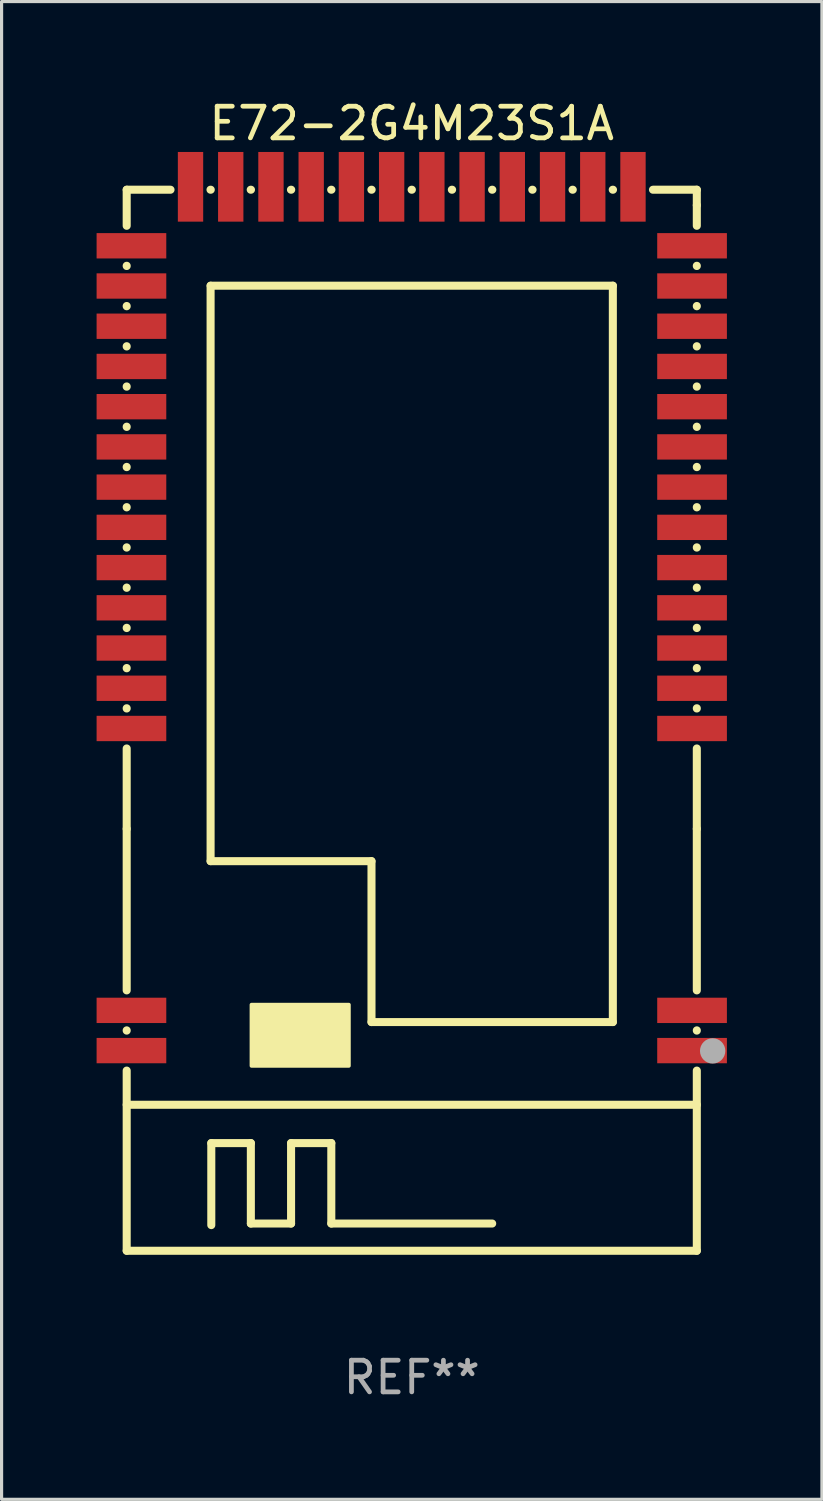
<source format=kicad_pcb>
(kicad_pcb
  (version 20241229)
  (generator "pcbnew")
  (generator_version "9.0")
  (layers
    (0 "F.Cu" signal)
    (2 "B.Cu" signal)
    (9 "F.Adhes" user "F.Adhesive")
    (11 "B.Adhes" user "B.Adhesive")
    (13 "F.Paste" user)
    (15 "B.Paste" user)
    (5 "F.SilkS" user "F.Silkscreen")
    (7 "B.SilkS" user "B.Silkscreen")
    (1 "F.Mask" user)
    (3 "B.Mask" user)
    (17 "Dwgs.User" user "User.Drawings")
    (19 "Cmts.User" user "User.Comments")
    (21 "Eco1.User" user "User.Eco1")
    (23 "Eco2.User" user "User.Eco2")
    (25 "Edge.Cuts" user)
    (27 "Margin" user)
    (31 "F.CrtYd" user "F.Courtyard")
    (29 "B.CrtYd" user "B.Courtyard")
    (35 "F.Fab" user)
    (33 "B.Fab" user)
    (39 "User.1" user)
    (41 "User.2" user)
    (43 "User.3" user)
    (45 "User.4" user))
  (footprint "E72-2G4M23S1A"
    (layer "F.Cu")
    (at 9.95 19.644)
    (property "Reference" "E72-2G4M23S1A" (at 0 -18.796 0) (layer "F.SilkS") (effects (font (size 1 1) (thickness 0.15))))
    (attr through_hole)
    (fp_line (start -9 -16.704) (end -9 -15.565) (stroke (width 0.254) (type solid)) (layer "F.SilkS"))
    (fp_line (start -9 -16.704) (end -7.616 -16.704) (stroke (width 0.254) (type solid)) (layer "F.SilkS"))
    (fp_line (start -9 -14.303) (end -9 -14.295) (stroke (width 0.254) (type solid)) (layer "F.SilkS"))
    (fp_line (start -9 -13.033) (end -9 -13.025) (stroke (width 0.254) (type solid)) (layer "F.SilkS"))
    (fp_line (start -9 -11.763) (end -9 -11.755) (stroke (width 0.254) (type solid)) (layer "F.SilkS"))
    (fp_line (start -9 -10.493) (end -9 -10.485) (stroke (width 0.254) (type solid)) (layer "F.SilkS"))
    (fp_line (start -9 -9.223) (end -9 -9.215) (stroke (width 0.254) (type solid)) (layer "F.SilkS"))
    (fp_line (start -9 -7.953) (end -9 -7.945) (stroke (width 0.254) (type solid)) (layer "F.SilkS"))
    (fp_line (start -9 -6.683) (end -9 -6.675) (stroke (width 0.254) (type solid)) (layer "F.SilkS"))
    (fp_line (start -9 -5.413) (end -9 -5.405) (stroke (width 0.254) (type solid)) (layer "F.SilkS"))
    (fp_line (start -9 -4.143) (end -9 -4.135) (stroke (width 0.254) (type solid)) (layer "F.SilkS"))
    (fp_line (start -9 -2.873) (end -9 -2.865) (stroke (width 0.254) (type solid)) (layer "F.SilkS"))
    (fp_line (start -9 -1.603) (end -9 -1.595) (stroke (width 0.254) (type solid)) (layer "F.SilkS"))
    (fp_line (start -9 -0.333) (end -9 -0.325) (stroke (width 0.254) (type solid)) (layer "F.SilkS"))
    (fp_line (start -9 0.937) (end -9 3.475) (stroke (width 0.254) (type solid)) (layer "F.SilkS"))
    (fp_line (start -9 8.575) (end -9 3.475) (stroke (width 0.254) (type solid)) (layer "F.SilkS"))
    (fp_line (start -9 9.845) (end -9 9.837) (stroke (width 0.254) (type solid)) (layer "F.SilkS"))
    (fp_line (start -9 12.186) (end 9 12.186) (stroke (width 0.254) (type solid)) (layer "F.SilkS"))
    (fp_line (start -9 16.796) (end -9 11.107) (stroke (width 0.254) (type solid)) (layer "F.SilkS"))
    (fp_line (start -6.354 -16.704) (end -6.346 -16.704) (stroke (width 0.254) (type solid)) (layer "F.SilkS"))
    (fp_line (start -6.351 4.495) (end -6.351 -13.673) (stroke (width 0.254) (type solid)) (layer "F.SilkS"))
    (fp_line (start -6.35 -13.674) (end 6.35 -13.674) (stroke (width 0.254) (type solid)) (layer "F.SilkS"))
    (fp_line (start -6.329 13.396) (end -5.08 13.396) (stroke (width 0.254) (type solid)) (layer "F.SilkS"))
    (fp_line (start -6.329 15.986) (end -6.329 13.396) (stroke (width 0.254) (type solid)) (layer "F.SilkS"))
    (fp_line (start -5.084 -16.704) (end -5.076 -16.704) (stroke (width 0.254) (type solid)) (layer "F.SilkS"))
    (fp_line (start -5.08 13.396) (end -5.08 15.936) (stroke (width 0.254) (type solid)) (layer "F.SilkS"))
    (fp_line (start -5.08 15.936) (end -3.81 15.936) (stroke (width 0.254) (type solid)) (layer "F.SilkS"))
    (fp_line (start -3.814 -16.704) (end -3.806 -16.704) (stroke (width 0.254) (type solid)) (layer "F.SilkS"))
    (fp_line (start -3.81 13.396) (end -2.54 13.396) (stroke (width 0.254) (type solid)) (layer "F.SilkS"))
    (fp_line (start -3.81 15.936) (end -3.81 13.396) (stroke (width 0.254) (type solid)) (layer "F.SilkS"))
    (fp_line (start -2.544 -16.704) (end -2.536 -16.704) (stroke (width 0.254) (type solid)) (layer "F.SilkS"))
    (fp_line (start -2.54 13.396) (end -2.54 15.936) (stroke (width 0.254) (type solid)) (layer "F.SilkS"))
    (fp_line (start -2.54 15.936) (end 2.54 15.936) (stroke (width 0.254) (type solid)) (layer "F.SilkS"))
    (fp_line (start -1.274 -16.704) (end -1.266 -16.704) (stroke (width 0.254) (type solid)) (layer "F.SilkS"))
    (fp_line (start -1.271 4.495) (end -6.351 4.495) (stroke (width 0.254) (type solid)) (layer "F.SilkS"))
    (fp_line (start -1.271 9.575) (end -1.271 4.495) (stroke (width 0.254) (type solid)) (layer "F.SilkS"))
    (fp_line (start -0.004 -16.704) (end 0.004 -16.704) (stroke (width 0.254) (type solid)) (layer "F.SilkS"))
    (fp_line (start 1.266 -16.704) (end 1.274 -16.704) (stroke (width 0.254) (type solid)) (layer "F.SilkS"))
    (fp_line (start 2.536 -16.704) (end 2.544 -16.704) (stroke (width 0.254) (type solid)) (layer "F.SilkS"))
    (fp_line (start 3.806 -16.704) (end 3.814 -16.704) (stroke (width 0.254) (type solid)) (layer "F.SilkS"))
    (fp_line (start 5.076 -16.704) (end 5.084 -16.704) (stroke (width 0.254) (type solid)) (layer "F.SilkS"))
    (fp_line (start 6.346 -16.704) (end 6.354 -16.704) (stroke (width 0.254) (type solid)) (layer "F.SilkS"))
    (fp_line (start 6.349 -13.673) (end 6.349 9.575) (stroke (width 0.254) (type solid)) (layer "F.SilkS"))
    (fp_line (start 6.349 9.575) (end -1.271 9.575) (stroke (width 0.254) (type solid)) (layer "F.SilkS"))
    (fp_line (start 7.616 -16.704) (end 9 -16.704) (stroke (width 0.254) (type solid)) (layer "F.SilkS"))
    (fp_line (start 9 -16.214) (end 9 -16.704) (stroke (width 0.254) (type solid)) (layer "F.SilkS"))
    (fp_line (start 9 -15.565) (end 9 -16.214) (stroke (width 0.254) (type solid)) (layer "F.SilkS"))
    (fp_line (start 9 -14.295) (end 9 -14.303) (stroke (width 0.254) (type solid)) (layer "F.SilkS"))
    (fp_line (start 9 -13.025) (end 9 -13.033) (stroke (width 0.254) (type solid)) (layer "F.SilkS"))
    (fp_line (start 9 -11.755) (end 9 -11.763) (stroke (width 0.254) (type solid)) (layer "F.SilkS"))
    (fp_line (start 9 -10.485) (end 9 -10.493) (stroke (width 0.254) (type solid)) (layer "F.SilkS"))
    (fp_line (start 9 -9.215) (end 9 -9.223) (stroke (width 0.254) (type solid)) (layer "F.SilkS"))
    (fp_line (start 9 -7.945) (end 9 -7.953) (stroke (width 0.254) (type solid)) (layer "F.SilkS"))
    (fp_line (start 9 -6.675) (end 9 -6.683) (stroke (width 0.254) (type solid)) (layer "F.SilkS"))
    (fp_line (start 9 -5.405) (end 9 -5.413) (stroke (width 0.254) (type solid)) (layer "F.SilkS"))
    (fp_line (start 9 -4.135) (end 9 -4.143) (stroke (width 0.254) (type solid)) (layer "F.SilkS"))
    (fp_line (start 9 -2.865) (end 9 -2.873) (stroke (width 0.254) (type solid)) (layer "F.SilkS"))
    (fp_line (start 9 -1.595) (end 9 -1.603) (stroke (width 0.254) (type solid)) (layer "F.SilkS"))
    (fp_line (start 9 -0.325) (end 9 -0.333) (stroke (width 0.254) (type solid)) (layer "F.SilkS"))
    (fp_line (start 9 3.475) (end 9 0.937) (stroke (width 0.254) (type solid)) (layer "F.SilkS"))
    (fp_line (start 9 3.475) (end 9 8.575) (stroke (width 0.254) (type solid)) (layer "F.SilkS"))
    (fp_line (start 9 9.845) (end 9 9.837) (stroke (width 0.254) (type solid)) (layer "F.SilkS"))
    (fp_line (start 9 16.796) (end -9 16.796) (stroke (width 0.254) (type solid)) (layer "F.SilkS"))
    (fp_line (start 9 16.796) (end 9 11.107) (stroke (width 0.254) (type solid)) (layer "F.SilkS"))
    (fp_circle (center 8.75 16.803) (end 8.78 16.803) (stroke (width 0.06) (type solid)) (fill no) (layer "F.SilkS"))
    (fp_poly (pts (xy -5.059 9.027) (xy -1.986 9.027) (xy -1.986 10.957) (xy -5.059 10.957)) (stroke (width 0.12) (type solid)) (fill yes) (layer "F.SilkS"))
    (fp_circle (center 9.5 10.486) (end 9.7 10.486) (stroke (width 0.4) (type solid)) (fill no) (layer "F.Fab"))
    (fp_text user "REF**" (at 0 20.796 0) (layer "F.Fab") (effects (font (size 1 1) (thickness 0.15))))
    (pad "1" smd rect (at 8.85 10.476 90) (size 0.8 2.2) (layers "F.Cu" "F.Mask" "F.Paste"))
    (pad "2" smd rect (at 8.85 9.206 90) (size 0.8 2.2) (layers "F.Cu" "F.Mask" "F.Paste"))
    (pad "3" smd rect (at 8.85 0.306 90) (size 0.8 2.2) (layers "F.Cu" "F.Mask" "F.Paste"))
    (pad "4" smd rect (at 8.85 -0.964 90) (size 0.8 2.2) (layers "F.Cu" "F.Mask" "F.Paste"))
    (pad "5" smd rect (at 8.85 -2.234 90) (size 0.8 2.2) (layers "F.Cu" "F.Mask" "F.Paste"))
    (pad "6" smd rect (at 8.85 -3.504 90) (size 0.8 2.2) (layers "F.Cu" "F.Mask" "F.Paste"))
    (pad "7" smd rect (at 8.85 -4.774 90) (size 0.8 2.2) (layers "F.Cu" "F.Mask" "F.Paste"))
    (pad "8" smd rect (at 8.85 -6.044 90) (size 0.8 2.2) (layers "F.Cu" "F.Mask" "F.Paste"))
    (pad "9" smd rect (at 8.85 -7.314 90) (size 0.8 2.2) (layers "F.Cu" "F.Mask" "F.Paste"))
    (pad "10" smd rect (at 8.85 -8.584 90) (size 0.8 2.2) (layers "F.Cu" "F.Mask" "F.Paste"))
    (pad "11" smd rect (at 8.85 -9.854 90) (size 0.8 2.2) (layers "F.Cu" "F.Mask" "F.Paste"))
    (pad "12" smd rect (at 8.85 -11.124 90) (size 0.8 2.2) (layers "F.Cu" "F.Mask" "F.Paste"))
    (pad "13" smd rect (at 8.85 -12.394 90) (size 0.8 2.2) (layers "F.Cu" "F.Mask" "F.Paste"))
    (pad "14" smd rect (at 8.85 -13.664 90) (size 0.8 2.2) (layers "F.Cu" "F.Mask" "F.Paste"))
    (pad "15" smd rect (at 8.85 -14.934 90) (size 0.8 2.2) (layers "F.Cu" "F.Mask" "F.Paste"))
    (pad "16" smd rect (at 6.985 -16.796 180) (size 0.8 2.2) (layers "F.Cu" "F.Mask" "F.Paste"))
    (pad "17" smd rect (at 5.715 -16.796 180) (size 0.8 2.2) (layers "F.Cu" "F.Mask" "F.Paste"))
    (pad "18" smd rect (at 4.445 -16.796 180) (size 0.8 2.2) (layers "F.Cu" "F.Mask" "F.Paste"))
    (pad "19" smd rect (at 3.175 -16.796 180) (size 0.8 2.2) (layers "F.Cu" "F.Mask" "F.Paste"))
    (pad "20" smd rect (at 1.905 -16.796 180) (size 0.8 2.2) (layers "F.Cu" "F.Mask" "F.Paste"))
    (pad "21" smd rect (at 0.635 -16.796 180) (size 0.8 2.2) (layers "F.Cu" "F.Mask" "F.Paste"))
    (pad "22" smd rect (at -0.635 -16.796 180) (size 0.8 2.2) (layers "F.Cu" "F.Mask" "F.Paste"))
    (pad "23" smd rect (at -1.905 -16.796 180) (size 0.8 2.2) (layers "F.Cu" "F.Mask" "F.Paste"))
    (pad "24" smd rect (at -3.175 -16.796 180) (size 0.8 2.2) (layers "F.Cu" "F.Mask" "F.Paste"))
    (pad "25" smd rect (at -4.445 -16.796 180) (size 0.8 2.2) (layers "F.Cu" "F.Mask" "F.Paste"))
    (pad "26" smd rect (at -5.715 -16.796 180) (size 0.8 2.2) (layers "F.Cu" "F.Mask" "F.Paste"))
    (pad "27" smd rect (at -6.985 -16.796 180) (size 0.8 2.2) (layers "F.Cu" "F.Mask" "F.Paste"))
    (pad "28" smd rect (at -8.85 -14.934 270) (size 0.8 2.2) (layers "F.Cu" "F.Mask" "F.Paste"))
    (pad "29" smd rect (at -8.85 -13.664 270) (size 0.8 2.2) (layers "F.Cu" "F.Mask" "F.Paste"))
    (pad "30" smd rect (at -8.85 -12.394 270) (size 0.8 2.2) (layers "F.Cu" "F.Mask" "F.Paste"))
    (pad "31" smd rect (at -8.85 -11.124 270) (size 0.8 2.2) (layers "F.Cu" "F.Mask" "F.Paste"))
    (pad "32" smd rect (at -8.85 -9.854 270) (size 0.8 2.2) (layers "F.Cu" "F.Mask" "F.Paste"))
    (pad "33" smd rect (at -8.85 -8.584 270) (size 0.8 2.2) (layers "F.Cu" "F.Mask" "F.Paste"))
    (pad "34" smd rect (at -8.85 -7.314 270) (size 0.8 2.2) (layers "F.Cu" "F.Mask" "F.Paste"))
    (pad "35" smd rect (at -8.85 -6.044 270) (size 0.8 2.2) (layers "F.Cu" "F.Mask" "F.Paste"))
    (pad "36" smd rect (at -8.85 -4.774 270) (size 0.8 2.2) (layers "F.Cu" "F.Mask" "F.Paste"))
    (pad "37" smd rect (at -8.85 -3.504 270) (size 0.8 2.2) (layers "F.Cu" "F.Mask" "F.Paste"))
    (pad "38" smd rect (at -8.85 -2.234 270) (size 0.8 2.2) (layers "F.Cu" "F.Mask" "F.Paste"))
    (pad "39" smd rect (at -8.85 -0.964 270) (size 0.8 2.2) (layers "F.Cu" "F.Mask" "F.Paste"))
    (pad "40" smd rect (at -8.85 0.306 270) (size 0.8 2.2) (layers "F.Cu" "F.Mask" "F.Paste"))
    (pad "41" smd rect (at -8.85 9.206 270) (size 0.8 2.2) (layers "F.Cu" "F.Mask" "F.Paste"))
    (pad "42" smd rect (at -8.85 10.476 270) (size 0.8 2.2) (layers "F.Cu" "F.Mask" "F.Paste")))
  (gr_rect
    (start -3 -3)
    (end 22.9 44.288)
    (stroke (width 0.1) (type default))
    (fill no)
    (layer "Edge.Cuts")))
</source>
